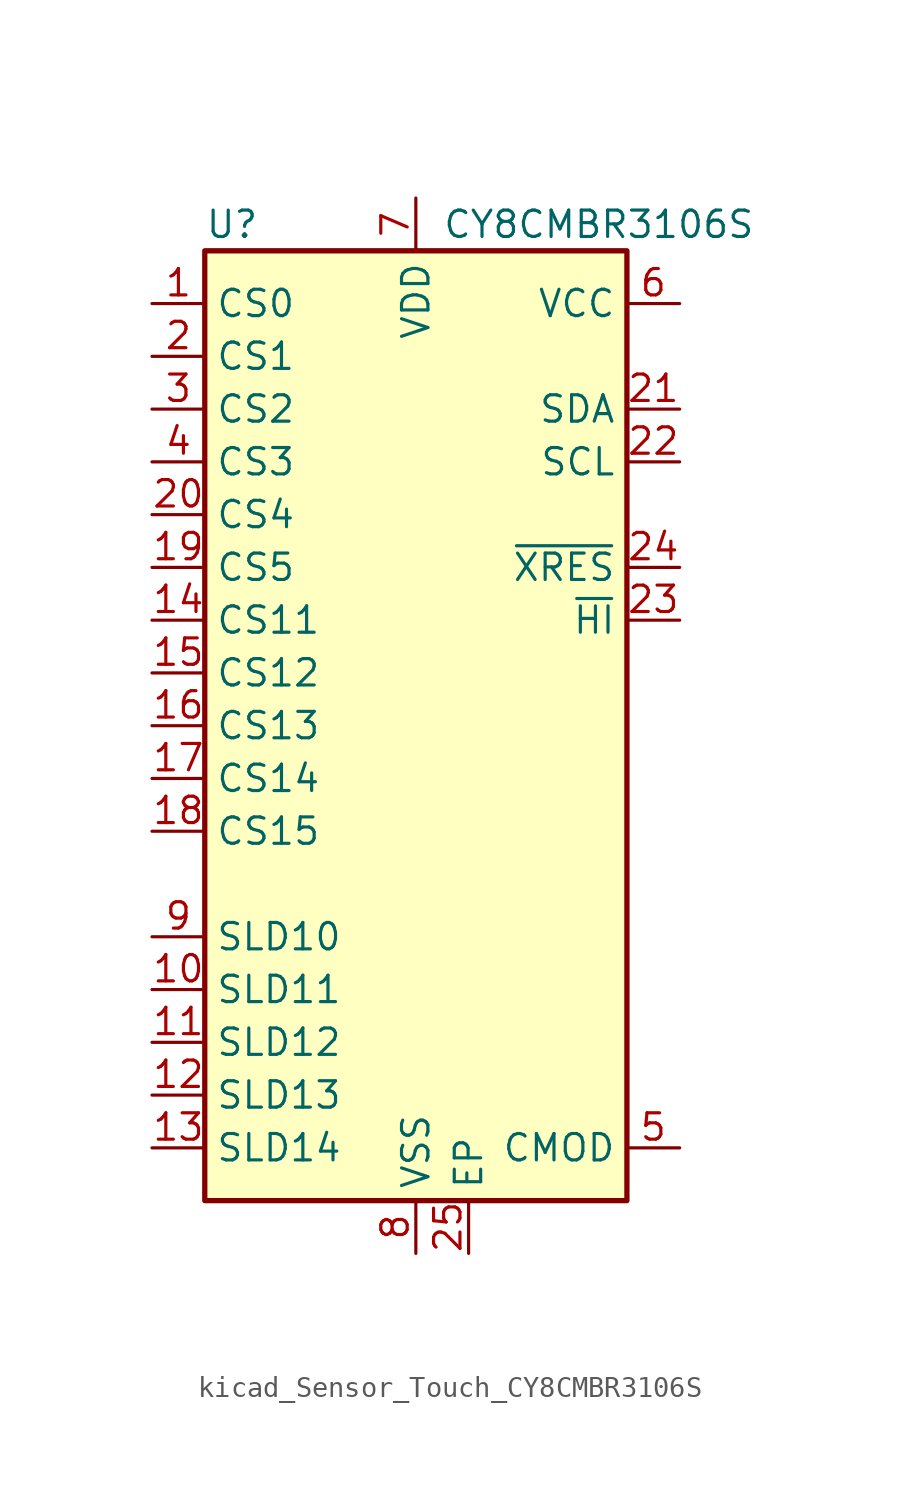
<source format=kicad_sym>
(kicad_symbol_lib
  (version 20220914)
  (generator kicad_symbol_editor)
  (symbol "kicad_Sensor_Touch_CY8CMBR3106S"
    (property "Reference" "U"
      (at -10.16 24.13 0)
      (effects (font (size 1.27 1.27)) (justify left)))
    (property "Value" "CY8CMBR3106S"
      (at 1.27 24.13 0)
      (effects (font (size 1.27 1.27)) (justify left)))
    (symbol "kicad_Sensor_Touch_CY8CMBR3106S_0_1"
      (rectangle (start -10.16 22.86) (end 10.16 -22.86) (stroke (width 0.254) (type default)) (fill (type background))))
    (symbol "kicad_Sensor_Touch_CY8CMBR3106S_1_1"
      (pin passive line (at -12.7 20.32 0) (length 2.54) (name "CS0" (effects (font (size 1.27 1.27)))) (number "1" (effects (font (size 1.27 1.27)))))
      (pin passive line (at -12.7 -12.7 0) (length 2.54) (name "SLD11" (effects (font (size 1.27 1.27)))) (number "10" (effects (font (size 1.27 1.27)))))
      (pin passive line (at -12.7 -15.24 0) (length 2.54) (name "SLD12" (effects (font (size 1.27 1.27)))) (number "11" (effects (font (size 1.27 1.27)))))
      (pin passive line (at -12.7 -17.78 0) (length 2.54) (name "SLD13" (effects (font (size 1.27 1.27)))) (number "12" (effects (font (size 1.27 1.27)))))
      (pin passive line (at -12.7 -20.32 0) (length 2.54) (name "SLD14" (effects (font (size 1.27 1.27)))) (number "13" (effects (font (size 1.27 1.27)))))
      (pin passive line (at -12.7 5.08 0) (length 2.54) (name "CS11" (effects (font (size 1.27 1.27)))) (number "14" (effects (font (size 1.27 1.27)))))
      (pin passive line (at -12.7 2.54 0) (length 2.54) (name "CS12" (effects (font (size 1.27 1.27)))) (number "15" (effects (font (size 1.27 1.27)))))
      (pin passive line (at -12.7 0 0) (length 2.54) (name "CS13" (effects (font (size 1.27 1.27)))) (number "16" (effects (font (size 1.27 1.27)))))
      (pin passive line (at -12.7 -2.54 0) (length 2.54) (name "CS14" (effects (font (size 1.27 1.27)))) (number "17" (effects (font (size 1.27 1.27)))))
      (pin passive line (at -12.7 -5.08 0) (length 2.54) (name "CS15" (effects (font (size 1.27 1.27)))) (number "18" (effects (font (size 1.27 1.27)))))
      (pin passive line (at -12.7 7.62 0) (length 2.54) (name "CS5" (effects (font (size 1.27 1.27)))) (number "19" (effects (font (size 1.27 1.27)))))
      (pin passive line (at -12.7 17.78 0) (length 2.54) (name "CS1" (effects (font (size 1.27 1.27)))) (number "2" (effects (font (size 1.27 1.27)))))
      (pin passive line (at -12.7 10.16 0) (length 2.54) (name "CS4" (effects (font (size 1.27 1.27)))) (number "20" (effects (font (size 1.27 1.27)))))
      (pin bidirectional line (at 12.7 15.24 180) (length 2.54) (name "SDA" (effects (font (size 1.27 1.27)))) (number "21" (effects (font (size 1.27 1.27)))))
      (pin input line (at 12.7 12.7 180) (length 2.54) (name "SCL" (effects (font (size 1.27 1.27)))) (number "22" (effects (font (size 1.27 1.27)))))
      (pin bidirectional line (at 12.7 5.08 180) (length 2.54) (name "~{HI}" (effects (font (size 1.27 1.27)))) (number "23" (effects (font (size 1.27 1.27)))))
      (pin input line (at 12.7 7.62 180) (length 2.54) (name "~{XRES}" (effects (font (size 1.27 1.27)))) (number "24" (effects (font (size 1.27 1.27)))))
      (pin passive line (at 2.54 -25.4 90) (length 2.54) (name "EP" (effects (font (size 1.27 1.27)))) (number "25" (effects (font (size 1.27 1.27)))))
      (pin passive line (at -12.7 15.24 0) (length 2.54) (name "CS2" (effects (font (size 1.27 1.27)))) (number "3" (effects (font (size 1.27 1.27)))))
      (pin passive line (at -12.7 12.7 0) (length 2.54) (name "CS3" (effects (font (size 1.27 1.27)))) (number "4" (effects (font (size 1.27 1.27)))))
      (pin passive line (at 12.7 -20.32 180) (length 2.54) (name "CMOD" (effects (font (size 1.27 1.27)))) (number "5" (effects (font (size 1.27 1.27)))))
      (pin passive line (at 12.7 20.32 180) (length 2.54) (name "VCC" (effects (font (size 1.27 1.27)))) (number "6" (effects (font (size 1.27 1.27)))))
      (pin power_in line (at 0 25.4 270) (length 2.54) (name "VDD" (effects (font (size 1.27 1.27)))) (number "7" (effects (font (size 1.27 1.27)))))
      (pin power_in line (at 0 -25.4 90) (length 2.54) (name "VSS" (effects (font (size 1.27 1.27)))) (number "8" (effects (font (size 1.27 1.27)))))
      (pin passive line (at -12.7 -10.16 0) (length 2.54) (name "SLD10" (effects (font (size 1.27 1.27)))) (number "9" (effects (font (size 1.27 1.27))))))))
</source>
